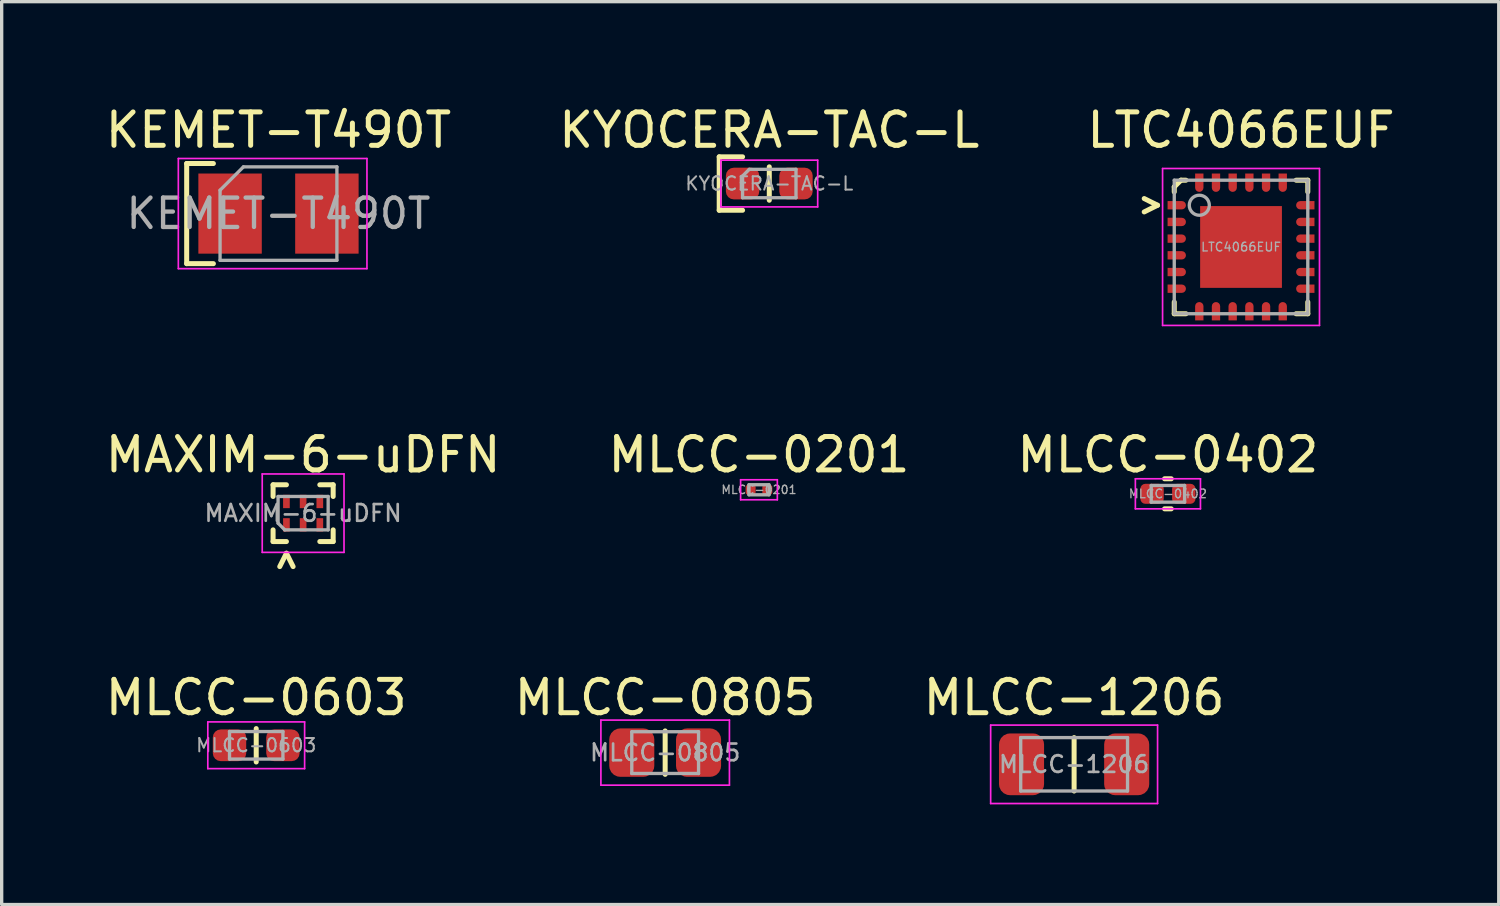
<source format=kicad_pcb>
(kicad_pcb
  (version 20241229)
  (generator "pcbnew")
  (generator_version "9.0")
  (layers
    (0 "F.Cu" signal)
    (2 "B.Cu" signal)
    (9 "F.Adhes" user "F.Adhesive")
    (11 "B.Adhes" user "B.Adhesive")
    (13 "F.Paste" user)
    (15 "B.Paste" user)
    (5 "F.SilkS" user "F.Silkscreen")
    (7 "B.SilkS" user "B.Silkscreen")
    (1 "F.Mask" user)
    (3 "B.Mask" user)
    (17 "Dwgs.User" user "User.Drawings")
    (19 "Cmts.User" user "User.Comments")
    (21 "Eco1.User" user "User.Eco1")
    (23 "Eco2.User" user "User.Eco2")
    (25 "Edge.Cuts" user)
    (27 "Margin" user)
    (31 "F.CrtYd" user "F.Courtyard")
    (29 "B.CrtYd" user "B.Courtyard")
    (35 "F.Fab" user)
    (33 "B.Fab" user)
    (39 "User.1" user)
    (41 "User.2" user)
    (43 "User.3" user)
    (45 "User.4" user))
  (footprint "KEMET-T490T"
    (layer "F.Cu")
    (at 5.292 3.348)
    (property "Reference" "KEMET-T490T" (at 0 -2.5 0) (layer "F.SilkS") (effects (font (size 1 1) (thickness 0.15))))
    (attr smd)
    (fp_line (start -2.75 -1.5) (end -2.75 1.5) (stroke (width 0.15) (type solid)) (layer "F.SilkS"))
    (fp_line (start -1.95 -1.5) (end -2.75 -1.5) (stroke (width 0.15) (type solid)) (layer "F.SilkS"))
    (fp_line (start -1.95 1.5) (end -2.75 1.5) (stroke (width 0.15) (type solid)) (layer "F.SilkS"))
    (fp_line (start -3 -1.65) (end 2.65 -1.65) (stroke (width 0.05) (type solid)) (layer "F.CrtYd"))
    (fp_line (start -3 1.65) (end -3 -1.65) (stroke (width 0.05) (type solid)) (layer "F.CrtYd"))
    (fp_line (start 2.65 -1.65) (end 2.65 1.65) (stroke (width 0.05) (type solid)) (layer "F.CrtYd"))
    (fp_line (start 2.65 1.65) (end -3 1.65) (stroke (width 0.05) (type solid)) (layer "F.CrtYd"))
    (fp_line (start -1.75 -0.7) (end -1.75 1.4) (stroke (width 0.1) (type solid)) (layer "F.Fab"))
    (fp_line (start -1.75 1.4) (end 1.75 1.4) (stroke (width 0.1) (type solid)) (layer "F.Fab"))
    (fp_line (start -1.05 -1.4) (end -1.75 -0.7) (stroke (width 0.1) (type solid)) (layer "F.Fab"))
    (fp_line (start 1.75 -1.4) (end -1.05 -1.4) (stroke (width 0.1) (type solid)) (layer "F.Fab"))
    (fp_line (start 1.75 1.4) (end 1.75 -1.4) (stroke (width 0.1) (type solid)) (layer "F.Fab"))
    (fp_text user "${REFERENCE}" (at 0 0 0) (layer "F.Fab") (effects (font (size 0.88 0.88) (thickness 0.13))))
    (pad "1" smd rect (at -1.45 0) (size 1.9 2.4) (layers "F.Cu" "F.Mask" "F.Paste"))
    (pad "2" smd rect (at 1.45 0) (size 1.9 2.4) (layers "F.Cu" "F.Mask" "F.Paste")))
  (footprint "MLCC-0805"
    (layer "F.Cu")
    (at 16.875 19.495)
    (property "Reference" "MLCC-0805" (at 0 -1.65 0) (layer "F.SilkS") (effects (font (size 1 1) (thickness 0.15))))
    (attr smd)
    (fp_line (start 0 0.65) (end 0 -0.65) (stroke (width 0.15) (type solid)) (layer "F.SilkS"))
    (fp_line (start -1.925 -0.975) (end 1.925 -0.975) (stroke (width 0.05) (type solid)) (layer "F.CrtYd"))
    (fp_line (start -1.925 0.975) (end -1.925 -0.975) (stroke (width 0.05) (type solid)) (layer "F.CrtYd"))
    (fp_line (start 1.925 -0.975) (end 1.925 0.975) (stroke (width 0.05) (type solid)) (layer "F.CrtYd"))
    (fp_line (start 1.925 0.975) (end -1.925 0.975) (stroke (width 0.05) (type solid)) (layer "F.CrtYd"))
    (fp_line (start -1 -0.625) (end 1 -0.625) (stroke (width 0.1) (type solid)) (layer "F.Fab"))
    (fp_line (start -1 0.625) (end -1 -0.625) (stroke (width 0.1) (type solid)) (layer "F.Fab"))
    (fp_line (start 1 -0.625) (end 1 0.625) (stroke (width 0.1) (type solid)) (layer "F.Fab"))
    (fp_line (start 1 0.625) (end -1 0.625) (stroke (width 0.1) (type solid)) (layer "F.Fab"))
    (fp_text user "${REFERENCE}" (at 0 0 0) (layer "F.Fab") (effects (font (size 0.5 0.5) (thickness 0.08))))
    (pad "1" smd roundrect (at -1 0) (size 1.35 1.45) (layers "F.Cu" "F.Mask" "F.Paste") (roundrect_rratio 0.244))
    (pad "2" smd roundrect (at 1 0) (size 1.35 1.45) (layers "F.Cu" "F.Mask" "F.Paste") (roundrect_rratio 0.244)))
  (footprint "LTC4066EUF"
    (layer "F.Cu")
    (at 34.125 4.348)
    (property "Reference" "LTC4066EUF" (at 0 -3.5 0) (layer "F.SilkS") (effects (font (size 1 1) (thickness 0.15))))
    (attr smd)
    (fp_line (start -2.9 -1.05) (end -2.5 -1.25) (stroke (width 0.15) (type default)) (layer "F.SilkS"))
    (fp_line (start -2.5 -1.25) (end -2.9 -1.45) (stroke (width 0.15) (type default)) (layer "F.SilkS"))
    (fp_line (start -2 -1.8) (end -2 -1.65) (stroke (width 0.15) (type solid)) (layer "F.SilkS"))
    (fp_line (start -2 -1.8) (end -1.8 -2) (stroke (width 0.15) (type default)) (layer "F.SilkS"))
    (fp_line (start -2 2) (end -2 1.65) (stroke (width 0.15) (type solid)) (layer "F.SilkS"))
    (fp_line (start -2 2) (end -1.65 2) (stroke (width 0.15) (type solid)) (layer "F.SilkS"))
    (fp_line (start -1.8 -2) (end -1.65 -2) (stroke (width 0.15) (type solid)) (layer "F.SilkS"))
    (fp_line (start 2 -2) (end 1.65 -2) (stroke (width 0.15) (type solid)) (layer "F.SilkS"))
    (fp_line (start 2 -2) (end 2 -1.65) (stroke (width 0.15) (type solid)) (layer "F.SilkS"))
    (fp_line (start 2 2) (end 1.65 2) (stroke (width 0.15) (type solid)) (layer "F.SilkS"))
    (fp_line (start 2 2) (end 2 1.65) (stroke (width 0.15) (type solid)) (layer "F.SilkS"))
    (fp_line (start -2.35 -2.35) (end 2.35 -2.35) (stroke (width 0.05) (type solid)) (layer "F.CrtYd"))
    (fp_line (start -2.35 2.35) (end -2.35 -2.35) (stroke (width 0.05) (type solid)) (layer "F.CrtYd"))
    (fp_line (start 2.35 -2.35) (end 2.35 2.35) (stroke (width 0.05) (type solid)) (layer "F.CrtYd"))
    (fp_line (start 2.35 2.35) (end -2.35 2.35) (stroke (width 0.05) (type solid)) (layer "F.CrtYd"))
    (fp_line (start -2 -2) (end 2 -2) (stroke (width 0.1) (type solid)) (layer "F.Fab"))
    (fp_line (start -2 2) (end -2 -2) (stroke (width 0.1) (type solid)) (layer "F.Fab"))
    (fp_line (start -2 2) (end 2 2) (stroke (width 0.1) (type solid)) (layer "F.Fab"))
    (fp_line (start 2 2) (end 2 -2) (stroke (width 0.1) (type solid)) (layer "F.Fab"))
    (fp_circle (center -1.25 -1.25) (end -0.95 -1.25) (stroke (width 0.1) (type default)) (fill no) (layer "F.Fab"))
    (fp_text user "${REFERENCE}" (at 0 0 0) (layer "F.Fab") (effects (font (size 0.26 0.26) (thickness 0.04))))
    (pad "1" smd roundrect (at -1.925 -1.25) (size 0.55 0.25) (layers "F.Cu" "F.Mask" "F.Paste") (roundrect_rratio 0.5) (chamfer_ratio 0) (chamfer top_left bottom_left))
    (pad "2" smd roundrect (at -1.925 -0.75) (size 0.55 0.25) (layers "F.Cu" "F.Mask" "F.Paste") (roundrect_rratio 0.5) (chamfer_ratio 0) (chamfer top_left bottom_left))
    (pad "3" smd roundrect (at -1.925 -0.25) (size 0.55 0.25) (layers "F.Cu" "F.Mask" "F.Paste") (roundrect_rratio 0.5) (chamfer_ratio 0) (chamfer top_left bottom_left))
    (pad "4" smd roundrect (at -1.925 0.25) (size 0.55 0.25) (layers "F.Cu" "F.Mask" "F.Paste") (roundrect_rratio 0.5) (chamfer_ratio 0) (chamfer top_left bottom_left))
    (pad "5" smd roundrect (at -1.925 0.75) (size 0.55 0.25) (layers "F.Cu" "F.Mask" "F.Paste") (roundrect_rratio 0.5) (chamfer_ratio 0) (chamfer top_left bottom_left))
    (pad "6" smd roundrect (at -1.925 1.25) (size 0.55 0.25) (layers "F.Cu" "F.Mask" "F.Paste") (roundrect_rratio 0.5) (chamfer_ratio 0) (chamfer top_left bottom_left))
    (pad "7" smd roundrect (at -1.25 1.925 90) (size 0.55 0.25) (layers "F.Cu" "F.Mask" "F.Paste") (roundrect_rratio 0.5) (chamfer_ratio 0) (chamfer top_left bottom_left))
    (pad "8" smd roundrect (at -0.75 1.925 90) (size 0.55 0.25) (layers "F.Cu" "F.Mask" "F.Paste") (roundrect_rratio 0.5) (chamfer_ratio 0) (chamfer top_left bottom_left))
    (pad "9" smd roundrect (at -0.25 1.925 90) (size 0.55 0.25) (layers "F.Cu" "F.Mask" "F.Paste") (roundrect_rratio 0.5) (chamfer_ratio 0) (chamfer top_left bottom_left))
    (pad "10" smd roundrect (at 0.25 1.925 90) (size 0.55 0.25) (layers "F.Cu" "F.Mask" "F.Paste") (roundrect_rratio 0.5) (chamfer_ratio 0) (chamfer top_left bottom_left))
    (pad "11" smd roundrect (at 0.75 1.925 90) (size 0.55 0.25) (layers "F.Cu" "F.Mask" "F.Paste") (roundrect_rratio 0.5) (chamfer_ratio 0) (chamfer top_left bottom_left))
    (pad "12" smd roundrect (at 1.25 1.925 90) (size 0.55 0.25) (layers "F.Cu" "F.Mask" "F.Paste") (roundrect_rratio 0.5) (chamfer_ratio 0) (chamfer top_left bottom_left))
    (pad "13" smd roundrect (at 1.925 1.25) (size 0.55 0.25) (layers "F.Cu" "F.Mask" "F.Paste") (roundrect_rratio 0.5) (chamfer_ratio 0) (chamfer top_right bottom_right))
    (pad "14" smd roundrect (at 1.925 0.75) (size 0.55 0.25) (layers "F.Cu" "F.Mask" "F.Paste") (roundrect_rratio 0.5) (chamfer_ratio 0) (chamfer top_right bottom_right))
    (pad "15" smd roundrect (at 1.925 0.25) (size 0.55 0.25) (layers "F.Cu" "F.Mask" "F.Paste") (roundrect_rratio 0.5) (chamfer_ratio 0) (chamfer top_right bottom_right))
    (pad "16" smd roundrect (at 1.925 -0.25) (size 0.55 0.25) (layers "F.Cu" "F.Mask" "F.Paste") (roundrect_rratio 0.5) (chamfer_ratio 0) (chamfer top_right bottom_right))
    (pad "17" smd roundrect (at 1.925 -0.75) (size 0.55 0.25) (layers "F.Cu" "F.Mask" "F.Paste") (roundrect_rratio 0.5) (chamfer_ratio 0) (chamfer top_right bottom_right))
    (pad "18" smd roundrect (at 1.925 -1.25) (size 0.55 0.25) (layers "F.Cu" "F.Mask" "F.Paste") (roundrect_rratio 0.5) (chamfer_ratio 0) (chamfer top_right bottom_right))
    (pad "19" smd roundrect (at 1.25 -1.925 90) (size 0.55 0.25) (layers "F.Cu" "F.Mask" "F.Paste") (roundrect_rratio 0.5) (chamfer_ratio 0) (chamfer top_right bottom_right))
    (pad "20" smd roundrect (at 0.75 -1.925 90) (size 0.55 0.25) (layers "F.Cu" "F.Mask" "F.Paste") (roundrect_rratio 0.5) (chamfer_ratio 0) (chamfer top_right bottom_right))
    (pad "21" smd roundrect (at 0.25 -1.925 90) (size 0.55 0.25) (layers "F.Cu" "F.Mask" "F.Paste") (roundrect_rratio 0.5) (chamfer_ratio 0) (chamfer top_right bottom_right))
    (pad "22" smd roundrect (at -0.25 -1.925 90) (size 0.55 0.25) (layers "F.Cu" "F.Mask" "F.Paste") (roundrect_rratio 0.5) (chamfer_ratio 0) (chamfer top_right bottom_right))
    (pad "23" smd roundrect (at -0.75 -1.925 90) (size 0.55 0.25) (layers "F.Cu" "F.Mask" "F.Paste") (roundrect_rratio 0.5) (chamfer_ratio 0) (chamfer top_right bottom_right))
    (pad "24" smd roundrect (at -1.25 -1.925 90) (size 0.55 0.25) (layers "F.Cu" "F.Mask" "F.Paste") (roundrect_rratio 0.5) (chamfer_ratio 0) (chamfer top_right bottom_right))
    (pad "EP" smd rect (at 0 0) (size 2.45 2.45) (layers "F.Cu" "F.Mask" "F.Paste")))
  (footprint "MLCC-0402"
    (layer "F.Cu")
    (at 31.935 11.742)
    (property "Reference" "MLCC-0402" (at 0 -1.17 0) (layer "F.SilkS") (effects (font (size 1 1) (thickness 0.15))))
    (attr smd)
    (fp_line (start -0.1 -0.45) (end 0.1 -0.45) (stroke (width 0.15) (type solid)) (layer "F.SilkS"))
    (fp_line (start -0.1 0.45) (end 0.1 0.45) (stroke (width 0.15) (type solid)) (layer "F.SilkS"))
    (fp_line (start -0.975 -0.45) (end 0.975 -0.45) (stroke (width 0.05) (type solid)) (layer "F.CrtYd"))
    (fp_line (start -0.975 0.45) (end -0.975 -0.45) (stroke (width 0.05) (type solid)) (layer "F.CrtYd"))
    (fp_line (start 0.975 -0.45) (end 0.975 0.45) (stroke (width 0.05) (type solid)) (layer "F.CrtYd"))
    (fp_line (start 0.975 0.45) (end -0.975 0.45) (stroke (width 0.05) (type solid)) (layer "F.CrtYd"))
    (fp_line (start -0.5 -0.25) (end 0.5 -0.25) (stroke (width 0.1) (type solid)) (layer "F.Fab"))
    (fp_line (start -0.5 0.25) (end -0.5 -0.25) (stroke (width 0.1) (type solid)) (layer "F.Fab"))
    (fp_line (start 0.5 -0.25) (end 0.5 0.25) (stroke (width 0.1) (type solid)) (layer "F.Fab"))
    (fp_line (start 0.5 0.25) (end -0.5 0.25) (stroke (width 0.1) (type solid)) (layer "F.Fab"))
    (fp_text user "${REFERENCE}" (at 0 0 0) (layer "F.Fab") (effects (font (size 0.26 0.26) (thickness 0.04))))
    (pad "1" smd roundrect (at -0.475 0) (size 0.7 0.6) (layers "F.Cu" "F.Mask" "F.Paste") (roundrect_rratio 0.25))
    (pad "2" smd roundrect (at 0.475 0) (size 0.7 0.6) (layers "F.Cu" "F.Mask" "F.Paste") (roundrect_rratio 0.25)))
  (footprint "MLCC-0603"
    (layer "F.Cu")
    (at 4.625 19.275)
    (property "Reference" "MLCC-0603" (at 0 -1.43 0) (layer "F.SilkS") (effects (font (size 1 1) (thickness 0.15))))
    (attr smd)
    (fp_line (start 0 0.5) (end 0 -0.5) (stroke (width 0.15) (type solid)) (layer "F.SilkS"))
    (fp_line (start -1.45 -0.7) (end 1.45 -0.7) (stroke (width 0.05) (type solid)) (layer "F.CrtYd"))
    (fp_line (start -1.45 0.7) (end -1.45 -0.7) (stroke (width 0.05) (type solid)) (layer "F.CrtYd"))
    (fp_line (start 1.45 -0.7) (end 1.45 0.7) (stroke (width 0.05) (type solid)) (layer "F.CrtYd"))
    (fp_line (start 1.45 0.7) (end -1.45 0.7) (stroke (width 0.05) (type solid)) (layer "F.CrtYd"))
    (fp_line (start -0.8 -0.412) (end 0.8 -0.412) (stroke (width 0.1) (type solid)) (layer "F.Fab"))
    (fp_line (start -0.8 0.412) (end -0.8 -0.412) (stroke (width 0.1) (type solid)) (layer "F.Fab"))
    (fp_line (start 0.8 -0.412) (end 0.8 0.412) (stroke (width 0.1) (type solid)) (layer "F.Fab"))
    (fp_line (start 0.8 0.412) (end -0.8 0.412) (stroke (width 0.1) (type solid)) (layer "F.Fab"))
    (fp_text user "${REFERENCE}" (at 0 0 0) (layer "F.Fab") (effects (font (size 0.4 0.4) (thickness 0.06))))
    (pad "1" smd roundrect (at -0.8 0) (size 1 0.95) (layers "F.Cu" "F.Mask" "F.Paste") (roundrect_rratio 0.25))
    (pad "2" smd roundrect (at 0.8 0) (size 1 0.95) (layers "F.Cu" "F.Mask" "F.Paste") (roundrect_rratio 0.25)))
  (footprint "KYOCERA-TAC-L"
    (layer "F.Cu")
    (at 19.994 2.448)
    (property "Reference" "KYOCERA-TAC-L" (at 0 -1.6 0) (layer "F.SilkS") (effects (font (size 1 1) (thickness 0.15))))
    (attr smd)
    (fp_line (start -1.5 -0.8) (end -1.5 0.8) (stroke (width 0.15) (type solid)) (layer "F.SilkS"))
    (fp_line (start -0.8 -0.8) (end -1.5 -0.8) (stroke (width 0.15) (type solid)) (layer "F.SilkS"))
    (fp_line (start -0.8 0.8) (end -1.5 0.8) (stroke (width 0.15) (type solid)) (layer "F.SilkS"))
    (fp_line (start 0 0.5) (end 0 -0.5) (stroke (width 0.15) (type solid)) (layer "F.SilkS"))
    (fp_line (start -1.45 -0.7) (end 1.45 -0.7) (stroke (width 0.05) (type solid)) (layer "F.CrtYd"))
    (fp_line (start -1.45 0.7) (end -1.45 -0.7) (stroke (width 0.05) (type solid)) (layer "F.CrtYd"))
    (fp_line (start 1.45 -0.7) (end 1.45 0.7) (stroke (width 0.05) (type solid)) (layer "F.CrtYd"))
    (fp_line (start 1.45 0.7) (end -1.45 0.7) (stroke (width 0.05) (type solid)) (layer "F.CrtYd"))
    (fp_line (start -0.8 -0.225) (end -0.6 -0.425) (stroke (width 0.1) (type default)) (layer "F.Fab"))
    (fp_line (start -0.8 0.425) (end -0.8 -0.225) (stroke (width 0.1) (type solid)) (layer "F.Fab"))
    (fp_line (start -0.6 -0.425) (end 0.8 -0.425) (stroke (width 0.1) (type solid)) (layer "F.Fab"))
    (fp_line (start 0.8 -0.425) (end 0.8 0.425) (stroke (width 0.1) (type solid)) (layer "F.Fab"))
    (fp_line (start 0.8 0.425) (end -0.8 0.425) (stroke (width 0.1) (type solid)) (layer "F.Fab"))
    (fp_text user "${REFERENCE}" (at 0 0 0) (layer "F.Fab") (effects (font (size 0.4 0.4) (thickness 0.06))))
    (pad "1" smd roundrect (at -0.8 0) (size 1 0.95) (layers "F.Cu" "F.Mask" "F.Paste") (roundrect_rratio 0.25))
    (pad "2" smd roundrect (at 0.8 0) (size 1 0.95) (layers "F.Cu" "F.Mask" "F.Paste") (roundrect_rratio 0.25)))
  (footprint "MLCC-1206"
    (layer "F.Cu")
    (at 29.125 19.845)
    (property "Reference" "MLCC-1206" (at 0 -2 0) (layer "F.SilkS") (effects (font (size 1 1) (thickness 0.15))))
    (attr smd)
    (fp_line (start 0 0.8) (end 0 -0.8) (stroke (width 0.15) (type solid)) (layer "F.SilkS"))
    (fp_line (start -2.5 -1.175) (end 2.5 -1.175) (stroke (width 0.05) (type solid)) (layer "F.CrtYd"))
    (fp_line (start -2.5 1.175) (end -2.5 -1.175) (stroke (width 0.05) (type solid)) (layer "F.CrtYd"))
    (fp_line (start 2.5 -1.175) (end 2.5 1.175) (stroke (width 0.05) (type solid)) (layer "F.CrtYd"))
    (fp_line (start 2.5 1.175) (end -2.5 1.175) (stroke (width 0.05) (type solid)) (layer "F.CrtYd"))
    (fp_line (start -1.6 -0.8) (end 1.6 -0.8) (stroke (width 0.1) (type solid)) (layer "F.Fab"))
    (fp_line (start -1.6 0.8) (end -1.6 -0.8) (stroke (width 0.1) (type solid)) (layer "F.Fab"))
    (fp_line (start 1.6 -0.8) (end 1.6 0.8) (stroke (width 0.1) (type solid)) (layer "F.Fab"))
    (fp_line (start 1.6 0.8) (end -1.6 0.8) (stroke (width 0.1) (type solid)) (layer "F.Fab"))
    (fp_text user "${REFERENCE}" (at 0 0 0) (layer "F.Fab") (effects (font (size 0.5 0.5) (thickness 0.08))))
    (pad "1" smd roundrect (at -1.575 0) (size 1.35 1.85) (layers "F.Cu" "F.Mask" "F.Paste") (roundrect_rratio 0.244))
    (pad "2" smd roundrect (at 1.575 0) (size 1.35 1.85) (layers "F.Cu" "F.Mask" "F.Paste") (roundrect_rratio 0.244)))
  (footprint "MLCC-0201"
    (layer "F.Cu")
    (at 19.685 11.621)
    (property "Reference" "MLCC-0201" (at 0 -1.05 0) (layer "F.SilkS") (effects (font (size 1 1) (thickness 0.15))))
    (attr smd)
    (fp_line (start -0.55 -0.3) (end 0.55 -0.3) (stroke (width 0.05) (type solid)) (layer "F.CrtYd"))
    (fp_line (start -0.55 0.3) (end -0.55 -0.3) (stroke (width 0.05) (type solid)) (layer "F.CrtYd"))
    (fp_line (start 0.55 -0.3) (end 0.55 0.3) (stroke (width 0.05) (type solid)) (layer "F.CrtYd"))
    (fp_line (start 0.55 0.3) (end -0.55 0.3) (stroke (width 0.05) (type solid)) (layer "F.CrtYd"))
    (fp_line (start -0.3 -0.15) (end 0.3 -0.15) (stroke (width 0.1) (type solid)) (layer "F.Fab"))
    (fp_line (start -0.3 0.15) (end -0.3 -0.15) (stroke (width 0.1) (type solid)) (layer "F.Fab"))
    (fp_line (start 0.3 -0.15) (end 0.3 0.15) (stroke (width 0.1) (type solid)) (layer "F.Fab"))
    (fp_line (start 0.3 0.15) (end -0.3 0.15) (stroke (width 0.1) (type solid)) (layer "F.Fab"))
    (fp_text user "${REFERENCE}" (at 0 0 0) (layer "F.Fab") (effects (font (size 0.25 0.25) (thickness 0.04))))
    (pad "1" smd roundrect (at -0.25 0) (size 0.3 0.3) (layers "F.Cu" "F.Mask" "F.Paste") (roundrect_rratio 0.25))
    (pad "2" smd roundrect (at 0.25 0) (size 0.3 0.3) (layers "F.Cu" "F.Mask" "F.Paste") (roundrect_rratio 0.25)))
  (footprint "MAXIM-6-uDFN"
    (layer "F.Cu")
    (at 6.03 12.322)
    (property "Reference" "MAXIM-6-uDFN" (at 0 -1.75 0) (layer "F.SilkS") (effects (font (size 1 1) (thickness 0.15))))
    (attr smd)
    (fp_line (start -0.9 -0.5) (end -0.9 -0.85) (stroke (width 0.15) (type solid)) (layer "F.SilkS"))
    (fp_line (start -0.9 0.5) (end -0.9 0.85) (stroke (width 0.15) (type solid)) (layer "F.SilkS"))
    (fp_line (start -0.5 -0.85) (end -0.9 -0.85) (stroke (width 0.15) (type solid)) (layer "F.SilkS"))
    (fp_line (start -0.5 0.85) (end -0.9 0.85) (stroke (width 0.15) (type solid)) (layer "F.SilkS"))
    (fp_line (start -0.5 1.2) (end -0.7 1.6) (stroke (width 0.15) (type default)) (layer "F.SilkS"))
    (fp_line (start -0.3 1.6) (end -0.5 1.2) (stroke (width 0.15) (type default)) (layer "F.SilkS"))
    (fp_line (start 0.5 -0.85) (end 0.9 -0.85) (stroke (width 0.15) (type solid)) (layer "F.SilkS"))
    (fp_line (start 0.5 0.85) (end 0.9 0.85) (stroke (width 0.15) (type solid)) (layer "F.SilkS"))
    (fp_line (start 0.9 -0.5) (end 0.9 -0.85) (stroke (width 0.15) (type solid)) (layer "F.SilkS"))
    (fp_line (start 0.9 0.5) (end 0.9 0.85) (stroke (width 0.15) (type solid)) (layer "F.SilkS"))
    (fp_line (start -1.225 1.175) (end -1.225 -1.175) (stroke (width 0.05) (type solid)) (layer "F.CrtYd"))
    (fp_line (start -1.225 1.175) (end 1.225 1.175) (stroke (width 0.05) (type solid)) (layer "F.CrtYd"))
    (fp_line (start 1.225 -1.175) (end -1.225 -1.175) (stroke (width 0.05) (type solid)) (layer "F.CrtYd"))
    (fp_line (start 1.225 1.175) (end 1.225 -1.175) (stroke (width 0.05) (type solid)) (layer "F.CrtYd"))
    (fp_line (start -0.75 -0.5) (end 0.75 -0.5) (stroke (width 0.1) (type solid)) (layer "F.Fab"))
    (fp_line (start -0.75 0.3) (end -0.75 -0.5) (stroke (width 0.1) (type solid)) (layer "F.Fab"))
    (fp_line (start -0.55 0.5) (end -0.75 0.3) (stroke (width 0.1) (type default)) (layer "F.Fab"))
    (fp_line (start 0.75 -0.5) (end 0.75 0.5) (stroke (width 0.1) (type solid)) (layer "F.Fab"))
    (fp_line (start 0.75 0.5) (end -0.55 0.5) (stroke (width 0.1) (type solid)) (layer "F.Fab"))
    (fp_text user "${REFERENCE}" (at 0 0 0) (layer "F.Fab") (effects (font (size 0.5 0.5) (thickness 0.08))))
    (pad "1" smd rect (at -0.5 0.35) (size 0.2 0.4) (layers "F.Cu" "F.Mask" "F.Paste"))
    (pad "2" smd rect (at 0 0.35) (size 0.2 0.4) (layers "F.Cu" "F.Mask" "F.Paste"))
    (pad "3" smd rect (at 0.5 0.35) (size 0.2 0.4) (layers "F.Cu" "F.Mask" "F.Paste"))
    (pad "4" smd rect (at 0.5 -0.35) (size 0.2 0.4) (layers "F.Cu" "F.Mask" "F.Paste"))
    (pad "5" smd rect (at 0 -0.35) (size 0.2 0.4) (layers "F.Cu" "F.Mask" "F.Paste"))
    (pad "6" smd rect (at -0.5 -0.35) (size 0.2 0.4) (layers "F.Cu" "F.Mask" "F.Paste")))
  (gr_rect
    (start -3 -3)
    (end 41.845 24.045)
    (stroke (width 0.1) (type default))
    (fill no)
    (layer "Edge.Cuts")))
</source>
